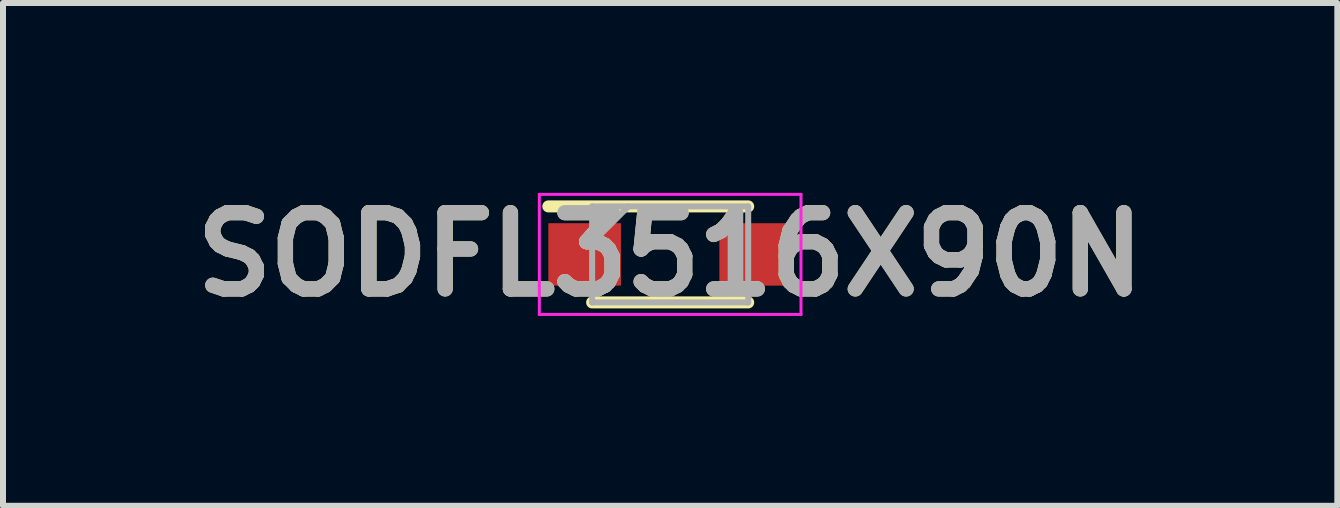
<source format=kicad_pcb>
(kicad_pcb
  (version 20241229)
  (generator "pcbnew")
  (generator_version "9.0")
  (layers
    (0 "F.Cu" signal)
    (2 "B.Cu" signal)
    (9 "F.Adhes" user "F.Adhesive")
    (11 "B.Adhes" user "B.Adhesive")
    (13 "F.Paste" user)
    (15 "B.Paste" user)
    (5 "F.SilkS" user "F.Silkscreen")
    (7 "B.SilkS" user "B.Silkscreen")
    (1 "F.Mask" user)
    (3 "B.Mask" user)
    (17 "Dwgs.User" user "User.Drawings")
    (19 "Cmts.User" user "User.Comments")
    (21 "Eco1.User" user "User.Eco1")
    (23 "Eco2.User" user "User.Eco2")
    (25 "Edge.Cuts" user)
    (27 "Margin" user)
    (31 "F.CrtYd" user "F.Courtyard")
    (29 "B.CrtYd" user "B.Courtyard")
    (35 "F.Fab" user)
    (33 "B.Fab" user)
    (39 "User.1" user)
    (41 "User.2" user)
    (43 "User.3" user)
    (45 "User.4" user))
  (footprint "SODFL3516X90N"
    (layer "F.Cu")
    (at 8.116 1.189)
    (property "Reference" "SODFL3516X90N" (at 0 0 0) (layer "F.SilkS") (effects (font (size 1.27 1.27) (thickness 0.254))))
    (attr smd)
    (fp_line (start -2.03 -0.8) (end 1.3 -0.8) (stroke (width 0.2) (type solid)) (layer "F.SilkS"))
    (fp_line (start -1.3 0.8) (end 1.3 0.8) (stroke (width 0.2) (type solid)) (layer "F.SilkS"))
    (fp_line (start -2.18 -1) (end 2.18 -1) (stroke (width 0.05) (type solid)) (layer "F.CrtYd"))
    (fp_line (start -2.18 1) (end -2.18 -1) (stroke (width 0.05) (type solid)) (layer "F.CrtYd"))
    (fp_line (start 2.18 -1) (end 2.18 1) (stroke (width 0.05) (type solid)) (layer "F.CrtYd"))
    (fp_line (start 2.18 1) (end -2.18 1) (stroke (width 0.05) (type solid)) (layer "F.CrtYd"))
    (fp_line (start -1.3 -0.8) (end 1.3 -0.8) (stroke (width 0.1) (type solid)) (layer "F.Fab"))
    (fp_line (start -1.3 -0.195) (end -0.695 -0.8) (stroke (width 0.1) (type solid)) (layer "F.Fab"))
    (fp_line (start -1.3 0.8) (end -1.3 -0.8) (stroke (width 0.1) (type solid)) (layer "F.Fab"))
    (fp_line (start 1.3 -0.8) (end 1.3 0.8) (stroke (width 0.1) (type solid)) (layer "F.Fab"))
    (fp_line (start 1.3 0.8) (end -1.3 0.8) (stroke (width 0.1) (type solid)) (layer "F.Fab"))
    (fp_text user "${REFERENCE}" (at 0 0 0) (layer "F.Fab") (effects (font (size 1.27 1.27) (thickness 0.254))))
    (pad "1" smd rect (at -1.425 0 90) (size 1.04 1.21) (layers "F.Cu" "F.Mask" "F.Paste"))
    (pad "2" smd rect (at 1.425 0 90) (size 1.04 1.21) (layers "F.Cu" "F.Mask" "F.Paste")))
  (gr_rect
    (start -3 -3)
    (end 19.232 5.377)
    (stroke (width 0.1) (type default))
    (fill no)
    (layer "Edge.Cuts")))
</source>
